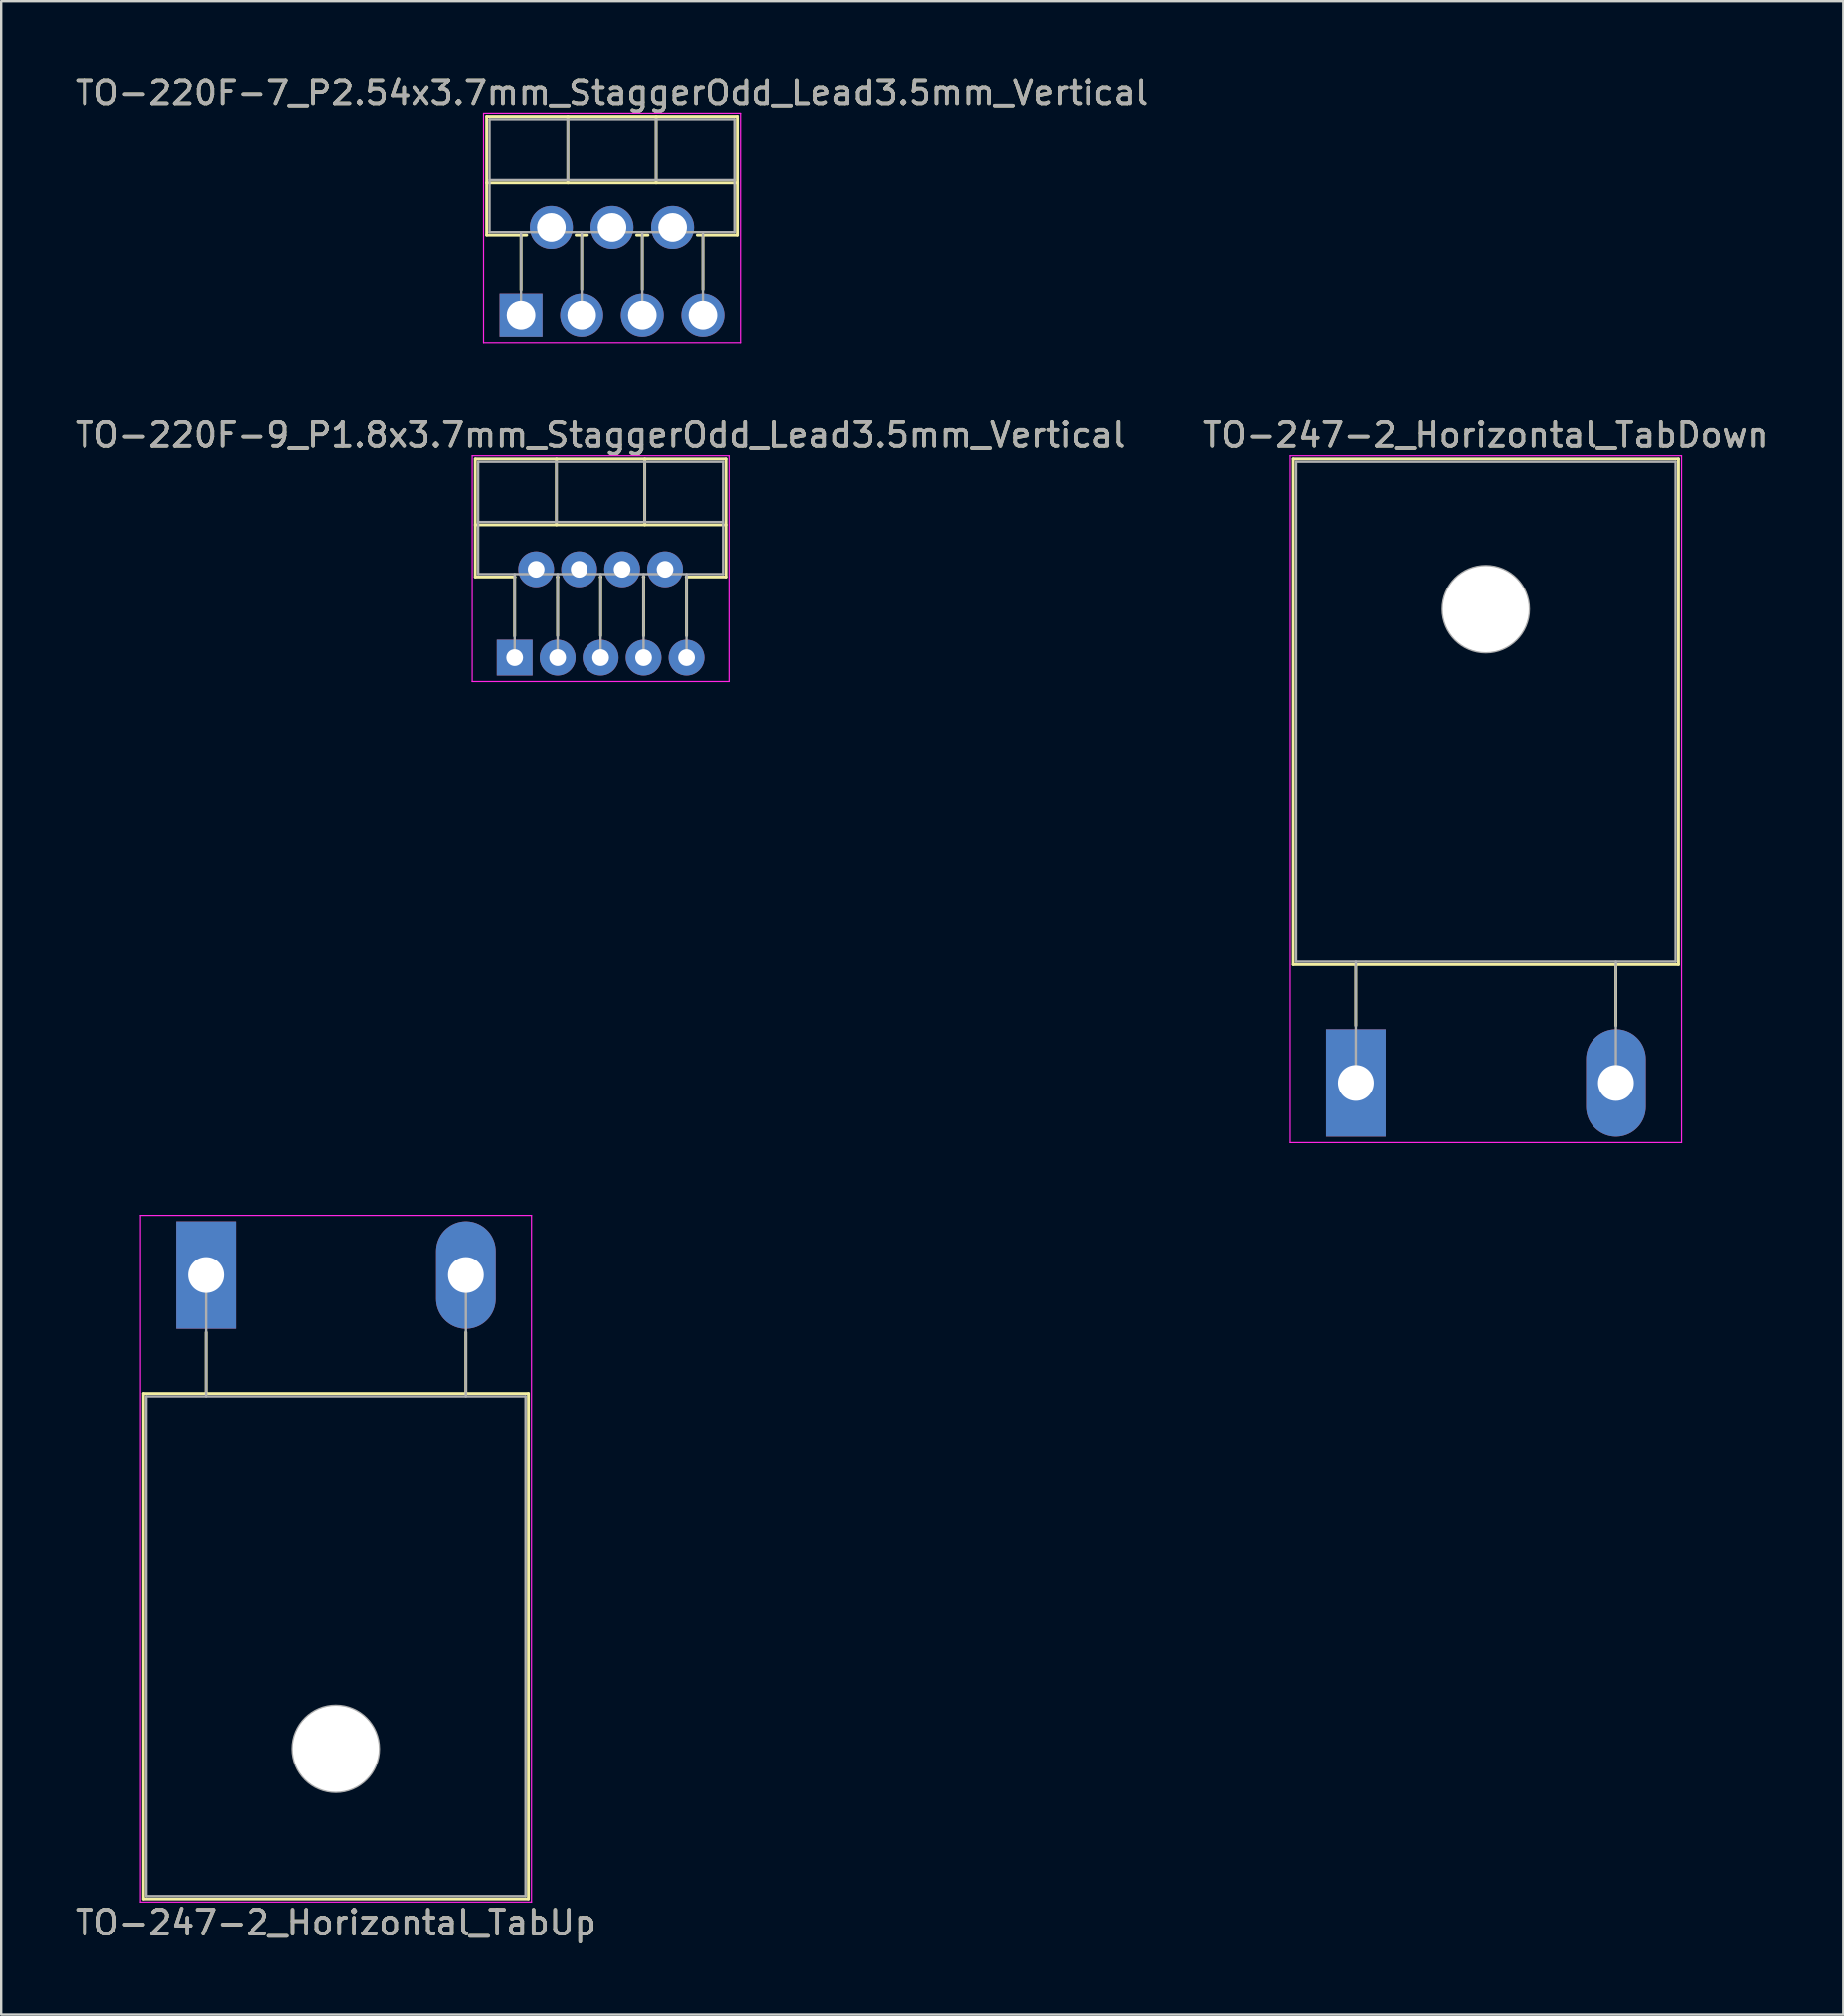
<source format=kicad_pcb>
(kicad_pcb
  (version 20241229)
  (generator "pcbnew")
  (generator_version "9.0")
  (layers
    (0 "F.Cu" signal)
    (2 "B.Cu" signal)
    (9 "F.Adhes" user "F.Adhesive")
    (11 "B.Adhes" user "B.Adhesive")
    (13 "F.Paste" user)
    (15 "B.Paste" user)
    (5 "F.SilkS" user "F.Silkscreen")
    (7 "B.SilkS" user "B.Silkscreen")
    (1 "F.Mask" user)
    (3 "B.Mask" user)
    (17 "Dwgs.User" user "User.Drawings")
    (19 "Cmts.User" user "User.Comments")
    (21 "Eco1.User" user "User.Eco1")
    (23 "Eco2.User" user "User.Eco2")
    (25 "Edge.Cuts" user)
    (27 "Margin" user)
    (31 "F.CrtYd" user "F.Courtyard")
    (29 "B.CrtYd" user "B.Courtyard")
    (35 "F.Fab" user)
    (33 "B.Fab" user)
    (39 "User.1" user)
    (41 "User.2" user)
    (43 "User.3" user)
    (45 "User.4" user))
  (footprint "TO-220F-7_P2.54x3.7mm_StaggerOdd_Lead3.5mm_Vertical"
    (layer "F.Cu")
    (at 18.791 10.168)
    (property "Reference" "TO-220F-7_P2.54x3.7mm_StaggerOdd_Lead3.5mm_Vertical" (at 3.81 -9.32 0) (layer "F.SilkS") (effects (font (size 1 1) (thickness 0.15))))
    (attr through_hole)
    (fp_line (start -1.44 -8.32) (end -1.44 -3.379) (stroke (width 0.12) (type solid)) (layer "F.SilkS"))
    (fp_line (start -1.44 -8.32) (end 9.06 -8.32) (stroke (width 0.12) (type solid)) (layer "F.SilkS"))
    (fp_line (start -1.44 -5.561) (end 9.06 -5.561) (stroke (width 0.12) (type solid)) (layer "F.SilkS"))
    (fp_line (start -1.44 -3.379) (end 0.239 -3.379) (stroke (width 0.12) (type solid)) (layer "F.SilkS"))
    (fp_line (start 0 -3.379) (end 0 -1.049) (stroke (width 0.12) (type solid)) (layer "F.SilkS"))
    (fp_line (start 1.96 -8.32) (end 1.96 -5.561) (stroke (width 0.12) (type solid)) (layer "F.SilkS"))
    (fp_line (start 2.302 -3.379) (end 2.779 -3.379) (stroke (width 0.12) (type solid)) (layer "F.SilkS"))
    (fp_line (start 2.54 -3.379) (end 2.54 -1.065) (stroke (width 0.12) (type solid)) (layer "F.SilkS"))
    (fp_line (start 4.842 -3.379) (end 5.319 -3.379) (stroke (width 0.12) (type solid)) (layer "F.SilkS"))
    (fp_line (start 5.08 -3.379) (end 5.08 -1.065) (stroke (width 0.12) (type solid)) (layer "F.SilkS"))
    (fp_line (start 5.66 -8.32) (end 5.66 -5.561) (stroke (width 0.12) (type solid)) (layer "F.SilkS"))
    (fp_line (start 7.382 -3.379) (end 9.06 -3.379) (stroke (width 0.12) (type solid)) (layer "F.SilkS"))
    (fp_line (start 7.62 -3.379) (end 7.62 -1.065) (stroke (width 0.12) (type solid)) (layer "F.SilkS"))
    (fp_line (start 9.06 -8.32) (end 9.06 -3.379) (stroke (width 0.12) (type solid)) (layer "F.SilkS"))
    (fp_line (start -1.57 -8.45) (end -1.57 1.15) (stroke (width 0.05) (type solid)) (layer "F.CrtYd"))
    (fp_line (start -1.57 1.15) (end 9.19 1.15) (stroke (width 0.05) (type solid)) (layer "F.CrtYd"))
    (fp_line (start 9.19 -8.45) (end -1.57 -8.45) (stroke (width 0.05) (type solid)) (layer "F.CrtYd"))
    (fp_line (start 9.19 1.15) (end 9.19 -8.45) (stroke (width 0.05) (type solid)) (layer "F.CrtYd"))
    (fp_line (start -1.32 -8.2) (end -1.32 -3.5) (stroke (width 0.1) (type solid)) (layer "F.Fab"))
    (fp_line (start -1.32 -5.68) (end 8.94 -5.68) (stroke (width 0.1) (type solid)) (layer "F.Fab"))
    (fp_line (start -1.32 -3.5) (end 8.94 -3.5) (stroke (width 0.1) (type solid)) (layer "F.Fab"))
    (fp_line (start 0 -3.5) (end 0 0) (stroke (width 0.1) (type solid)) (layer "F.Fab"))
    (fp_line (start 1.96 -8.2) (end 1.96 -5.68) (stroke (width 0.1) (type solid)) (layer "F.Fab"))
    (fp_line (start 2.54 -3.5) (end 2.54 0) (stroke (width 0.1) (type solid)) (layer "F.Fab"))
    (fp_line (start 5.08 -3.5) (end 5.08 0) (stroke (width 0.1) (type solid)) (layer "F.Fab"))
    (fp_line (start 5.66 -8.2) (end 5.66 -5.68) (stroke (width 0.1) (type solid)) (layer "F.Fab"))
    (fp_line (start 7.62 -3.5) (end 7.62 0) (stroke (width 0.1) (type solid)) (layer "F.Fab"))
    (fp_line (start 8.94 -8.2) (end -1.32 -8.2) (stroke (width 0.1) (type solid)) (layer "F.Fab"))
    (fp_line (start 8.94 -3.5) (end 8.94 -8.2) (stroke (width 0.1) (type solid)) (layer "F.Fab"))
    (fp_text user "${REFERENCE}" (at 3.81 -9.32 0) (layer "F.Fab") (effects (font (size 1 1) (thickness 0.15))))
    (pad "1" thru_hole rect (at 0 0) (size 1.8 1.8) (drill 1.2) (layers "*.Cu" "*.Mask"))
    (pad "2" thru_hole oval (at 1.27 -3.7) (size 1.8 1.8) (drill 1.2) (layers "*.Cu" "*.Mask"))
    (pad "3" thru_hole oval (at 2.54 0) (size 1.8 1.8) (drill 1.2) (layers "*.Cu" "*.Mask"))
    (pad "4" thru_hole oval (at 3.81 -3.7) (size 1.8 1.8) (drill 1.2) (layers "*.Cu" "*.Mask"))
    (pad "5" thru_hole oval (at 5.08 0) (size 1.8 1.8) (drill 1.2) (layers "*.Cu" "*.Mask"))
    (pad "6" thru_hole oval (at 6.35 -3.7) (size 1.8 1.8) (drill 1.2) (layers "*.Cu" "*.Mask"))
    (pad "7" thru_hole oval (at 7.62 0) (size 1.8 1.8) (drill 1.2) (layers "*.Cu" "*.Mask")))
  (footprint "TO-247-2_Horizontal_TabDown"
    (layer "F.Cu")
    (at 53.782 42.342)
    (property "Reference" "TO-247-2_Horizontal_TabDown" (at 5.45 -27.15 0) (layer "F.SilkS") (effects (font (size 1 1) (thickness 0.15))))
    (attr through_hole)
    (fp_line (start -2.62 -26.15) (end -2.62 -4.96) (stroke (width 0.12) (type solid)) (layer "F.SilkS"))
    (fp_line (start -2.62 -26.15) (end 13.52 -26.15) (stroke (width 0.12) (type solid)) (layer "F.SilkS"))
    (fp_line (start -2.62 -4.96) (end 13.52 -4.96) (stroke (width 0.12) (type solid)) (layer "F.SilkS"))
    (fp_line (start 0 -4.96) (end 0 -2.4) (stroke (width 0.12) (type solid)) (layer "F.SilkS"))
    (fp_line (start 10.9 -4.96) (end 10.9 -2.4) (stroke (width 0.12) (type solid)) (layer "F.SilkS"))
    (fp_line (start 13.52 -26.15) (end 13.52 -4.96) (stroke (width 0.12) (type solid)) (layer "F.SilkS"))
    (fp_line (start -2.75 -26.28) (end -2.75 2.5) (stroke (width 0.05) (type solid)) (layer "F.CrtYd"))
    (fp_line (start -2.75 2.5) (end 13.65 2.5) (stroke (width 0.05) (type solid)) (layer "F.CrtYd"))
    (fp_line (start 13.65 -26.28) (end -2.75 -26.28) (stroke (width 0.05) (type solid)) (layer "F.CrtYd"))
    (fp_line (start 13.65 2.5) (end 13.65 -26.28) (stroke (width 0.05) (type solid)) (layer "F.CrtYd"))
    (fp_line (start -2.5 -26.03) (end 13.4 -26.03) (stroke (width 0.1) (type solid)) (layer "F.Fab"))
    (fp_line (start -2.5 -5.08) (end -2.5 -26.03) (stroke (width 0.1) (type solid)) (layer "F.Fab"))
    (fp_line (start 0 -5.08) (end 0 0) (stroke (width 0.1) (type solid)) (layer "F.Fab"))
    (fp_line (start 10.9 -5.08) (end 10.9 0) (stroke (width 0.1) (type solid)) (layer "F.Fab"))
    (fp_line (start 13.4 -26.03) (end 13.4 -5.08) (stroke (width 0.1) (type solid)) (layer "F.Fab"))
    (fp_line (start 13.4 -5.08) (end -2.5 -5.08) (stroke (width 0.1) (type solid)) (layer "F.Fab"))
    (fp_circle (center 5.45 -19.86) (end 7.255 -19.86) (stroke (width 0.1) (type solid)) (fill no) (layer "F.Fab"))
    (fp_text user "${REFERENCE}" (at 5.45 -27.15 0) (layer "F.Fab") (effects (font (size 1 1) (thickness 0.15))))
    (pad "" np_thru_hole oval (at 5.45 -19.86) (size 3.6 3.6) (drill 3.6) (layers "*.Cu" "*.Mask"))
    (pad "1" thru_hole rect (at 0 0) (size 2.5 4.5) (drill 1.5) (layers "*.Cu" "*.Mask"))
    (pad "2" thru_hole oval (at 10.9 0) (size 2.5 4.5) (drill 1.5) (layers "*.Cu" "*.Mask")))
  (footprint "TO-220F-9_P1.8x3.7mm_StaggerOdd_Lead3.5mm_Vertical"
    (layer "F.Cu")
    (at 18.525 24.512)
    (property "Reference" "TO-220F-9_P1.8x3.7mm_StaggerOdd_Lead3.5mm_Vertical" (at 3.6 -9.32 0) (layer "F.SilkS") (effects (font (size 1 1) (thickness 0.15))))
    (attr through_hole)
    (fp_line (start -1.65 -8.32) (end -1.65 -3.379) (stroke (width 0.12) (type solid)) (layer "F.SilkS"))
    (fp_line (start -1.65 -8.32) (end 8.85 -8.32) (stroke (width 0.12) (type solid)) (layer "F.SilkS"))
    (fp_line (start -1.65 -5.561) (end 8.85 -5.561) (stroke (width 0.12) (type solid)) (layer "F.SilkS"))
    (fp_line (start -1.65 -3.379) (end 0.014 -3.379) (stroke (width 0.12) (type solid)) (layer "F.SilkS"))
    (fp_line (start 0 -3.379) (end 0 -0.9) (stroke (width 0.12) (type solid)) (layer "F.SilkS"))
    (fp_line (start 1.75 -8.32) (end 1.75 -5.561) (stroke (width 0.12) (type solid)) (layer "F.SilkS"))
    (fp_line (start 1.787 -3.379) (end 1.814 -3.379) (stroke (width 0.12) (type solid)) (layer "F.SilkS"))
    (fp_line (start 1.8 -3.379) (end 1.8 -0.915) (stroke (width 0.12) (type solid)) (layer "F.SilkS"))
    (fp_line (start 3.587 -3.379) (end 3.614 -3.379) (stroke (width 0.12) (type solid)) (layer "F.SilkS"))
    (fp_line (start 3.6 -3.379) (end 3.6 -0.915) (stroke (width 0.12) (type solid)) (layer "F.SilkS"))
    (fp_line (start 5.387 -3.379) (end 5.414 -3.379) (stroke (width 0.12) (type solid)) (layer "F.SilkS"))
    (fp_line (start 5.4 -3.379) (end 5.4 -0.915) (stroke (width 0.12) (type solid)) (layer "F.SilkS"))
    (fp_line (start 5.45 -8.32) (end 5.45 -5.561) (stroke (width 0.12) (type solid)) (layer "F.SilkS"))
    (fp_line (start 7.187 -3.379) (end 8.85 -3.379) (stroke (width 0.12) (type solid)) (layer "F.SilkS"))
    (fp_line (start 7.201 -3.379) (end 7.201 -0.915) (stroke (width 0.12) (type solid)) (layer "F.SilkS"))
    (fp_line (start 8.85 -8.32) (end 8.85 -3.379) (stroke (width 0.12) (type solid)) (layer "F.SilkS"))
    (fp_line (start -1.78 -8.45) (end -1.78 1) (stroke (width 0.05) (type solid)) (layer "F.CrtYd"))
    (fp_line (start -1.78 1) (end 8.98 1) (stroke (width 0.05) (type solid)) (layer "F.CrtYd"))
    (fp_line (start 8.98 -8.45) (end -1.78 -8.45) (stroke (width 0.05) (type solid)) (layer "F.CrtYd"))
    (fp_line (start 8.98 1) (end 8.98 -8.45) (stroke (width 0.05) (type solid)) (layer "F.CrtYd"))
    (fp_line (start -1.53 -8.2) (end -1.53 -3.5) (stroke (width 0.1) (type solid)) (layer "F.Fab"))
    (fp_line (start -1.53 -5.68) (end 8.73 -5.68) (stroke (width 0.1) (type solid)) (layer "F.Fab"))
    (fp_line (start -1.53 -3.5) (end 8.73 -3.5) (stroke (width 0.1) (type solid)) (layer "F.Fab"))
    (fp_line (start 0 -3.5) (end 0 0) (stroke (width 0.1) (type solid)) (layer "F.Fab"))
    (fp_line (start 1.75 -8.2) (end 1.75 -5.68) (stroke (width 0.1) (type solid)) (layer "F.Fab"))
    (fp_line (start 1.8 -3.5) (end 1.8 0) (stroke (width 0.1) (type solid)) (layer "F.Fab"))
    (fp_line (start 3.6 -3.5) (end 3.6 0) (stroke (width 0.1) (type solid)) (layer "F.Fab"))
    (fp_line (start 5.4 -3.5) (end 5.4 0) (stroke (width 0.1) (type solid)) (layer "F.Fab"))
    (fp_line (start 5.45 -8.2) (end 5.45 -5.68) (stroke (width 0.1) (type solid)) (layer "F.Fab"))
    (fp_line (start 7.2 -3.5) (end 7.2 0) (stroke (width 0.1) (type solid)) (layer "F.Fab"))
    (fp_line (start 8.73 -8.2) (end -1.53 -8.2) (stroke (width 0.1) (type solid)) (layer "F.Fab"))
    (fp_line (start 8.73 -3.5) (end 8.73 -8.2) (stroke (width 0.1) (type solid)) (layer "F.Fab"))
    (fp_text user "${REFERENCE}" (at 3.6 -9.32 0) (layer "F.Fab") (effects (font (size 1 1) (thickness 0.15))))
    (pad "1" thru_hole rect (at 0 0) (size 1.5 1.5) (drill 0.7) (layers "*.Cu" "*.Mask"))
    (pad "2" thru_hole oval (at 0.9 -3.7) (size 1.5 1.5) (drill 0.7) (layers "*.Cu" "*.Mask"))
    (pad "3" thru_hole oval (at 1.8 0) (size 1.5 1.5) (drill 0.7) (layers "*.Cu" "*.Mask"))
    (pad "4" thru_hole oval (at 2.7 -3.7) (size 1.5 1.5) (drill 0.7) (layers "*.Cu" "*.Mask"))
    (pad "5" thru_hole oval (at 3.6 0) (size 1.5 1.5) (drill 0.7) (layers "*.Cu" "*.Mask"))
    (pad "6" thru_hole oval (at 4.5 -3.7) (size 1.5 1.5) (drill 0.7) (layers "*.Cu" "*.Mask"))
    (pad "7" thru_hole oval (at 5.4 0) (size 1.5 1.5) (drill 0.7) (layers "*.Cu" "*.Mask"))
    (pad "8" thru_hole oval (at 6.3 -3.7) (size 1.5 1.5) (drill 0.7) (layers "*.Cu" "*.Mask"))
    (pad "9" thru_hole oval (at 7.2 0) (size 1.5 1.5) (drill 0.7) (layers "*.Cu" "*.Mask")))
  (footprint "TO-247-2_Horizontal_TabUp"
    (layer "F.Cu")
    (at 5.58 50.392)
    (property "Reference" "TO-247-2_Horizontal_TabUp" (at 5.45 27.15 0) (layer "F.SilkS") (effects (font (size 1 1) (thickness 0.15))))
    (attr through_hole)
    (fp_line (start -2.62 4.96) (end -2.62 26.15) (stroke (width 0.12) (type solid)) (layer "F.SilkS"))
    (fp_line (start -2.62 4.96) (end 13.52 4.96) (stroke (width 0.12) (type solid)) (layer "F.SilkS"))
    (fp_line (start -2.62 26.15) (end 13.52 26.15) (stroke (width 0.12) (type solid)) (layer "F.SilkS"))
    (fp_line (start 0 2.4) (end 0 4.96) (stroke (width 0.12) (type solid)) (layer "F.SilkS"))
    (fp_line (start 10.9 2.4) (end 10.9 4.96) (stroke (width 0.12) (type solid)) (layer "F.SilkS"))
    (fp_line (start 13.52 4.96) (end 13.52 26.15) (stroke (width 0.12) (type solid)) (layer "F.SilkS"))
    (fp_line (start -2.75 -2.5) (end -2.75 26.28) (stroke (width 0.05) (type solid)) (layer "F.CrtYd"))
    (fp_line (start -2.75 26.28) (end 13.65 26.28) (stroke (width 0.05) (type solid)) (layer "F.CrtYd"))
    (fp_line (start 13.65 -2.5) (end -2.75 -2.5) (stroke (width 0.05) (type solid)) (layer "F.CrtYd"))
    (fp_line (start 13.65 26.28) (end 13.65 -2.5) (stroke (width 0.05) (type solid)) (layer "F.CrtYd"))
    (fp_line (start -2.5 5.08) (end -2.5 26.03) (stroke (width 0.1) (type solid)) (layer "F.Fab"))
    (fp_line (start -2.5 26.03) (end 13.4 26.03) (stroke (width 0.1) (type solid)) (layer "F.Fab"))
    (fp_line (start 0 5.08) (end 0 0) (stroke (width 0.1) (type solid)) (layer "F.Fab"))
    (fp_line (start 10.9 5.08) (end 10.9 0) (stroke (width 0.1) (type solid)) (layer "F.Fab"))
    (fp_line (start 13.4 5.08) (end -2.5 5.08) (stroke (width 0.1) (type solid)) (layer "F.Fab"))
    (fp_line (start 13.4 26.03) (end 13.4 5.08) (stroke (width 0.1) (type solid)) (layer "F.Fab"))
    (fp_circle (center 5.45 19.86) (end 7.255 19.86) (stroke (width 0.1) (type solid)) (fill no) (layer "F.Fab"))
    (fp_text user "${REFERENCE}" (at 5.45 27.15 0) (layer "F.Fab") (effects (font (size 1 1) (thickness 0.15))))
    (pad "" np_thru_hole oval (at 5.45 19.86) (size 3.6 3.6) (drill 3.6) (layers "*.Cu" "*.Mask"))
    (pad "1" thru_hole rect (at 0 0) (size 2.5 4.5) (drill 1.5) (layers "*.Cu" "*.Mask"))
    (pad "2" thru_hole oval (at 10.9 0) (size 2.5 4.5) (drill 1.5) (layers "*.Cu" "*.Mask")))
  (gr_rect
    (start -3 -3)
    (end 74.214 81.39)
    (stroke (width 0.1) (type default))
    (fill no)
    (layer "Edge.Cuts")))
</source>
